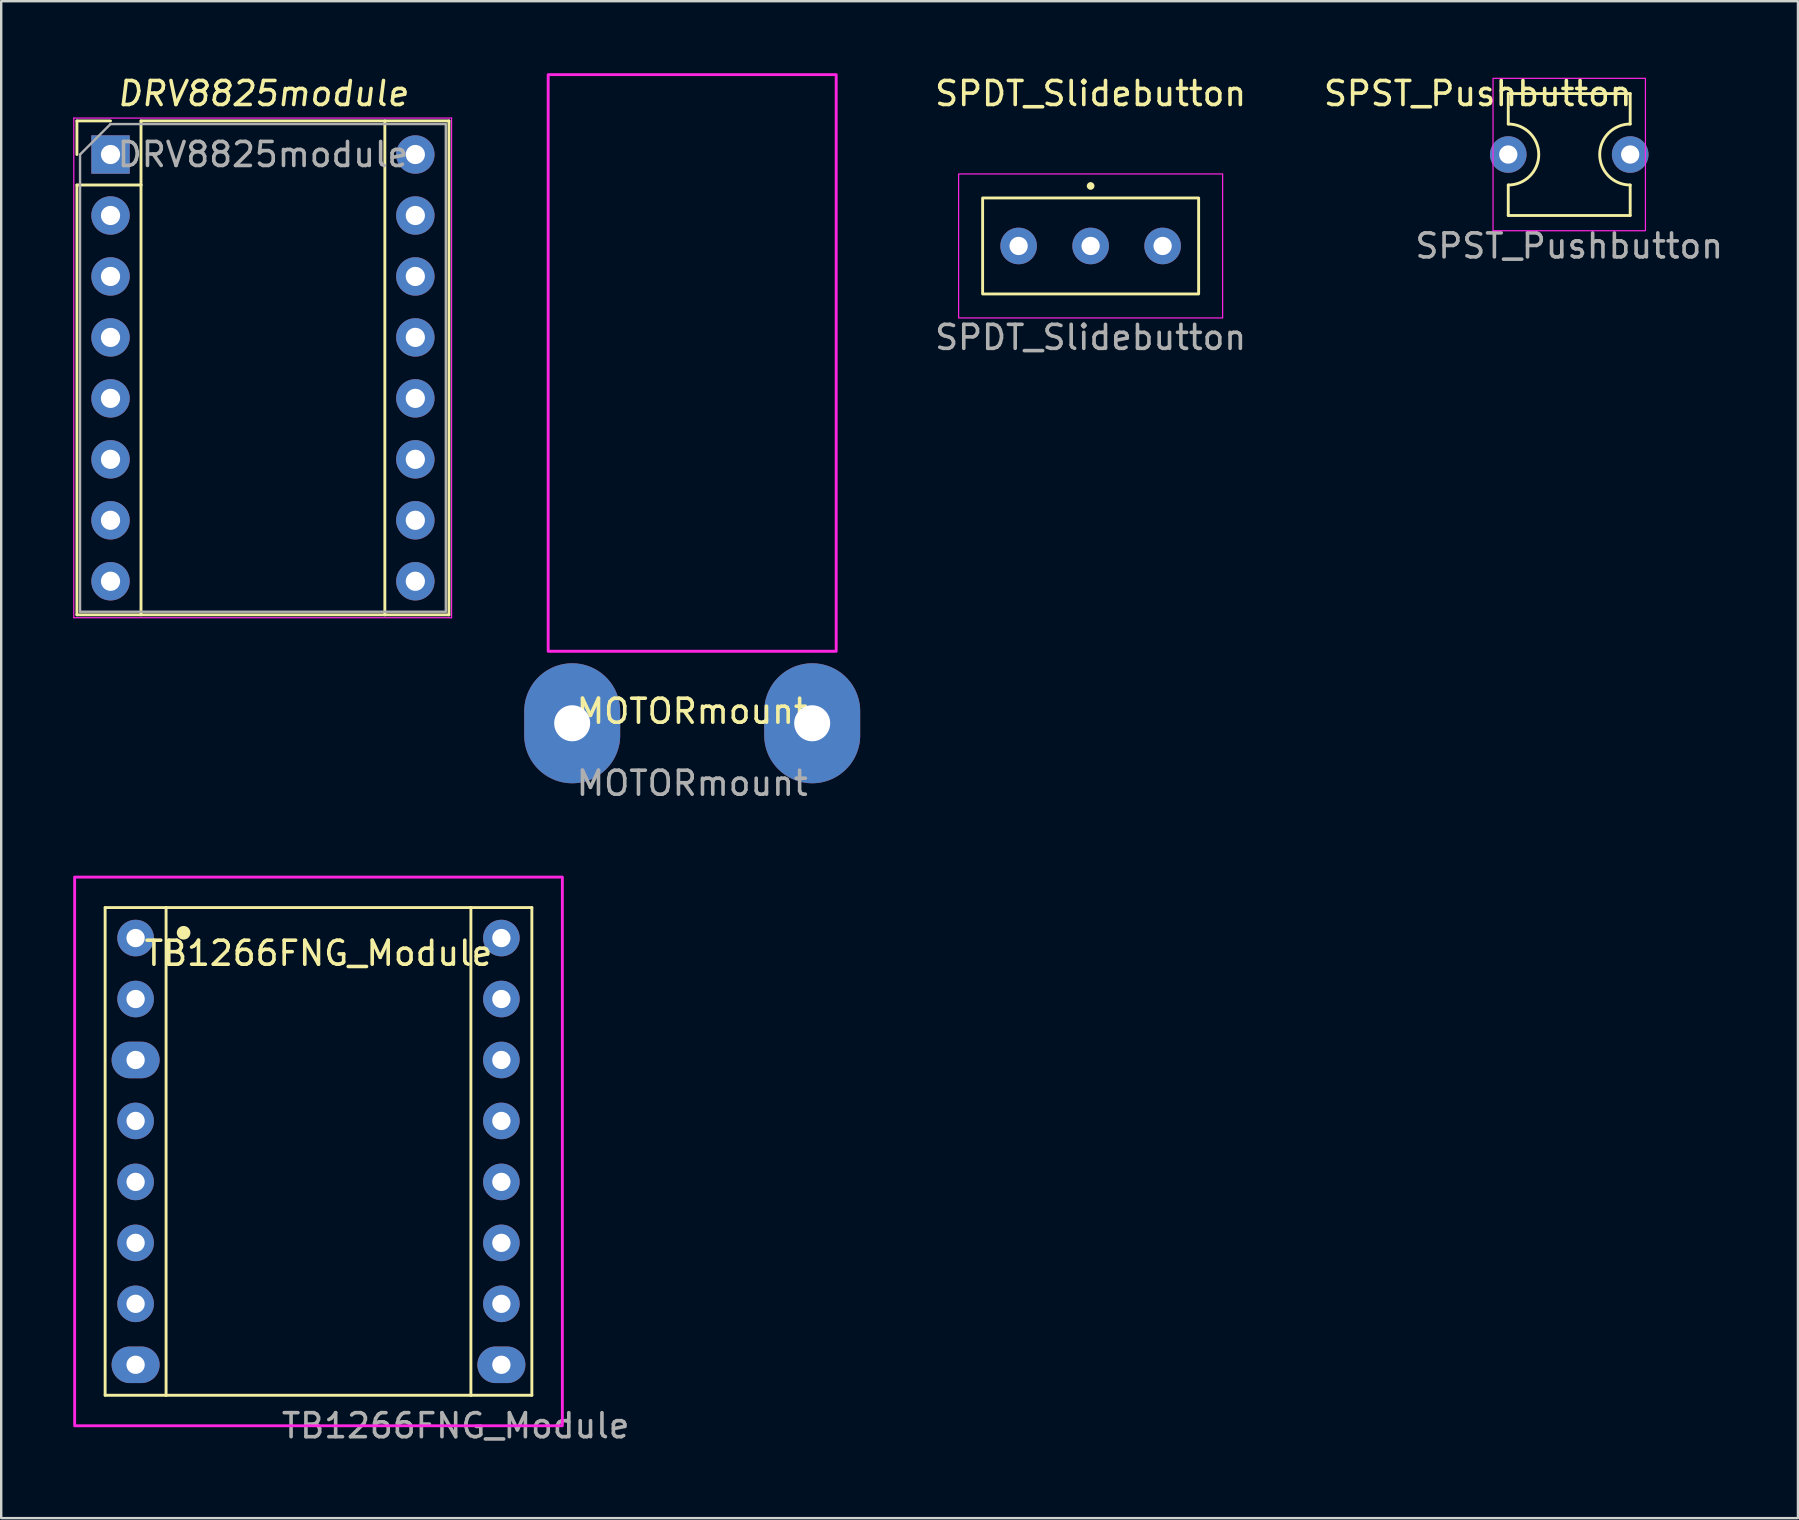
<source format=kicad_pcb>
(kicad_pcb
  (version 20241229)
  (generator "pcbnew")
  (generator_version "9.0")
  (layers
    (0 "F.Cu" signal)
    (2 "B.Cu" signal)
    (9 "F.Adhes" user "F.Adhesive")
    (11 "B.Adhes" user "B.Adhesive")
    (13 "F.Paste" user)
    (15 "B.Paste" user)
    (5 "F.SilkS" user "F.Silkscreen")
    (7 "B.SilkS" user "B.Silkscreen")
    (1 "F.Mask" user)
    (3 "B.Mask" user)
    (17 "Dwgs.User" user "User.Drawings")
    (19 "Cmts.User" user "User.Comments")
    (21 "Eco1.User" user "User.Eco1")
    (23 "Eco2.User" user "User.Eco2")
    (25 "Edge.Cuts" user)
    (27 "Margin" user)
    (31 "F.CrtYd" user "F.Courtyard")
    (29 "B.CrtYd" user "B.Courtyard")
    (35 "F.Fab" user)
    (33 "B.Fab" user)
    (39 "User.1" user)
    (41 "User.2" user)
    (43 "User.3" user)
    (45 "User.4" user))
  (footprint "DRV8825module"
    (layer "F.Cu")
    (at 1.555 3.388)
    (property "Reference" "DRV8825module" (at 6.35 -2.54 0) (layer "F.SilkS") (effects (font (size 1 1) (thickness 0.15) (italic yes))))
    (attr through_hole)
    (fp_line (start -1.4 -1.4) (end -1.4 0) (stroke (width 0.12) (type solid)) (layer "F.SilkS"))
    (fp_line (start -1.4 1.27) (end -1.4 19.18) (stroke (width 0.12) (type solid)) (layer "F.SilkS"))
    (fp_line (start -1.4 19.18) (end 14.1 19.18) (stroke (width 0.12) (type solid)) (layer "F.SilkS"))
    (fp_line (start 0 -1.4) (end -1.4 -1.4) (stroke (width 0.12) (type solid)) (layer "F.SilkS"))
    (fp_line (start 1.27 -1.4) (end 1.27 1.27) (stroke (width 0.12) (type solid)) (layer "F.SilkS"))
    (fp_line (start 1.27 1.27) (end -1.4 1.27) (stroke (width 0.12) (type solid)) (layer "F.SilkS"))
    (fp_line (start 1.27 1.27) (end 1.27 19.18) (stroke (width 0.12) (type solid)) (layer "F.SilkS"))
    (fp_line (start 11.43 -1.4) (end 11.43 19.18) (stroke (width 0.12) (type solid)) (layer "F.SilkS"))
    (fp_line (start 14.1 -1.4) (end 1.27 -1.4) (stroke (width 0.12) (type solid)) (layer "F.SilkS"))
    (fp_line (start 14.1 19.18) (end 14.1 -1.4) (stroke (width 0.12) (type solid)) (layer "F.SilkS"))
    (fp_line (start -1.53 -1.52) (end -1.53 19.3) (stroke (width 0.05) (type solid)) (layer "F.CrtYd"))
    (fp_line (start -1.53 -1.52) (end 14.21 -1.52) (stroke (width 0.05) (type solid)) (layer "F.CrtYd"))
    (fp_line (start 14.21 19.3) (end -1.53 19.3) (stroke (width 0.05) (type solid)) (layer "F.CrtYd"))
    (fp_line (start 14.21 19.3) (end 14.21 -1.52) (stroke (width 0.05) (type solid)) (layer "F.CrtYd"))
    (fp_line (start -1.27 0) (end 0 -1.27) (stroke (width 0.1) (type solid)) (layer "F.Fab"))
    (fp_line (start -1.27 19.05) (end -1.27 0) (stroke (width 0.1) (type solid)) (layer "F.Fab"))
    (fp_line (start 0 -1.27) (end 13.97 -1.27) (stroke (width 0.1) (type solid)) (layer "F.Fab"))
    (fp_line (start 13.97 -1.27) (end 13.97 19.05) (stroke (width 0.1) (type solid)) (layer "F.Fab"))
    (fp_line (start 13.97 19.05) (end -1.27 19.05) (stroke (width 0.1) (type solid)) (layer "F.Fab"))
    (fp_text user "${REFERENCE}" (at 6.35 0 0) (layer "F.Fab") (effects (font (size 1 1) (thickness 0.15))))
    (pad "1" thru_hole rect (at 0 0) (size 1.6 1.6) (drill 0.8) (layers "*.Cu" "*.Mask"))
    (pad "2" thru_hole oval (at 0 2.54) (size 1.6 1.6) (drill 0.8) (layers "*.Cu" "*.Mask"))
    (pad "3" thru_hole oval (at 0 5.08) (size 1.6 1.6) (drill 0.8) (layers "*.Cu" "*.Mask"))
    (pad "4" thru_hole oval (at 0 7.62) (size 1.6 1.6) (drill 0.8) (layers "*.Cu" "*.Mask"))
    (pad "5" thru_hole oval (at 0 10.16) (size 1.6 1.6) (drill 0.8) (layers "*.Cu" "*.Mask"))
    (pad "6" thru_hole oval (at 0 12.7) (size 1.6 1.6) (drill 0.8) (layers "*.Cu" "*.Mask"))
    (pad "7" thru_hole oval (at 0 15.24) (size 1.6 1.6) (drill 0.8) (layers "*.Cu" "*.Mask"))
    (pad "8" thru_hole oval (at 0 17.78) (size 1.6 1.6) (drill 0.8) (layers "*.Cu" "*.Mask"))
    (pad "9" thru_hole oval (at 12.7 17.78) (size 1.6 1.6) (drill 0.8) (layers "*.Cu" "*.Mask"))
    (pad "10" thru_hole oval (at 12.7 15.24) (size 1.6 1.6) (drill 0.8) (layers "*.Cu" "*.Mask"))
    (pad "11" thru_hole oval (at 12.7 12.7) (size 1.6 1.6) (drill 0.8) (layers "*.Cu" "*.Mask"))
    (pad "12" thru_hole oval (at 12.7 10.16) (size 1.6 1.6) (drill 0.8) (layers "*.Cu" "*.Mask"))
    (pad "13" thru_hole oval (at 12.7 7.62) (size 1.6 1.6) (drill 0.8) (layers "*.Cu" "*.Mask"))
    (pad "14" thru_hole oval (at 12.7 5.08) (size 1.6 1.6) (drill 0.8) (layers "*.Cu" "*.Mask"))
    (pad "15" thru_hole oval (at 12.7 2.54) (size 1.6 1.6) (drill 0.8) (layers "*.Cu" "*.Mask"))
    (pad "16" thru_hole oval (at 12.7 0) (size 1.6 1.6) (drill 0.8) (layers "*.Cu" "*.Mask")))
  (footprint "TB1266FNG_Module"
    (layer "F.Cu")
    (at 2.6 53.814)
    (property "Reference" "TB1266FNG_Module" (at 7.62 -17.145 0) (unlocked yes) (layer "F.SilkS") (effects (font (size 1 1) (thickness 0.15))))
    (attr through_hole)
    (fp_line (start -1.27 -19.05) (end 1.27 -19.05) (stroke (width 0.12) (type default)) (layer "F.SilkS"))
    (fp_line (start -1.27 1.27) (end -1.27 -19.05) (stroke (width 0.12) (type default)) (layer "F.SilkS"))
    (fp_line (start 1.27 -19.05) (end 1.27 1.27) (stroke (width 0.12) (type default)) (layer "F.SilkS"))
    (fp_line (start 1.27 -19.05) (end 13.97 -19.05) (stroke (width 0.12) (type default)) (layer "F.SilkS"))
    (fp_line (start 1.27 1.27) (end -1.27 1.27) (stroke (width 0.12) (type default)) (layer "F.SilkS"))
    (fp_line (start 13.97 -19.05) (end 16.51 -19.05) (stroke (width 0.12) (type default)) (layer "F.SilkS"))
    (fp_line (start 13.97 1.27) (end 1.27 1.27) (stroke (width 0.12) (type default)) (layer "F.SilkS"))
    (fp_line (start 13.97 1.27) (end 13.97 -19.05) (stroke (width 0.12) (type default)) (layer "F.SilkS"))
    (fp_line (start 16.51 -19.05) (end 16.51 1.27) (stroke (width 0.12) (type default)) (layer "F.SilkS"))
    (fp_line (start 16.51 1.27) (end 13.97 1.27) (stroke (width 0.12) (type default)) (layer "F.SilkS"))
    (fp_circle (center 2 -18) (end 2.224 -18) (stroke (width 0.12) (type solid)) (fill yes) (layer "F.SilkS"))
    (fp_rect (start 17.78 2.54) (end -2.54 -20.32) (stroke (width 0.12) (type default)) (fill no) (layer "F.CrtYd"))
    (fp_text user "${REFERENCE}" (at 13.335 2.54 0) (unlocked yes) (layer "F.Fab") (effects (font (size 1 1) (thickness 0.15))))
    (pad "1" thru_hole circle (at 0 -17.78 180) (size 1.524 1.524) (drill 0.762) (layers "*.Cu" "*.Mask"))
    (pad "2" thru_hole circle (at 0 -15.24 180) (size 1.524 1.524) (drill 0.762) (layers "*.Cu" "*.Mask"))
    (pad "3" thru_hole oval (at 0 -12.7 180) (size 2 1.524) (drill 0.762) (layers "*.Cu" "*.Mask"))
    (pad "4" thru_hole circle (at 0 -10.16 180) (size 1.524 1.524) (drill 0.762) (layers "*.Cu" "*.Mask"))
    (pad "5" thru_hole circle (at 0 -7.62 180) (size 1.524 1.524) (drill 0.762) (layers "*.Cu" "*.Mask"))
    (pad "6" thru_hole circle (at 0 -5.08 180) (size 1.524 1.524) (drill 0.762) (layers "*.Cu" "*.Mask"))
    (pad "7" thru_hole circle (at 0 -2.54 180) (size 1.524 1.524) (drill 0.762) (layers "*.Cu" "*.Mask"))
    (pad "8" thru_hole oval (at 0 0 180) (size 2 1.524) (drill 0.762) (layers "*.Cu" "*.Mask"))
    (pad "9" thru_hole circle (at 15.24 -17.78 180) (size 1.524 1.524) (drill 0.762) (layers "*.Cu" "*.Mask"))
    (pad "10" thru_hole circle (at 15.24 -15.24 180) (size 1.524 1.524) (drill 0.762) (layers "*.Cu" "*.Mask"))
    (pad "11" thru_hole circle (at 15.24 -12.7 180) (size 1.524 1.524) (drill 0.762) (layers "*.Cu" "*.Mask"))
    (pad "12" thru_hole circle (at 15.24 -10.16 180) (size 1.524 1.524) (drill 0.762) (layers "*.Cu" "*.Mask"))
    (pad "13" thru_hole circle (at 15.24 -7.62 180) (size 1.524 1.524) (drill 0.762) (layers "*.Cu" "*.Mask"))
    (pad "14" thru_hole circle (at 15.24 -5.08 180) (size 1.524 1.524) (drill 0.762) (layers "*.Cu" "*.Mask"))
    (pad "15" thru_hole circle (at 15.24 -2.54 180) (size 1.524 1.524) (drill 0.762) (layers "*.Cu" "*.Mask"))
    (pad "16" thru_hole oval (at 15.24 0 180) (size 2 1.524) (drill 0.762) (layers "*.Cu" "*.Mask")))
  (footprint "SPST_Pushbutton"
    (layer "F.Cu")
    (at 62.332 3.388)
    (property "Reference" "SPST_Pushbutton" (at -3.81 -2.54 0) (unlocked yes) (layer "F.SilkS") (effects (font (size 1 1) (thickness 0.15))))
    (attr through_hole)
    (fp_line (start -2.54 -2.54) (end -2.54 -1.27) (stroke (width 0.12) (type default)) (layer "F.SilkS"))
    (fp_line (start -2.54 -2.54) (end 2.54 -2.54) (stroke (width 0.12) (type default)) (layer "F.SilkS"))
    (fp_line (start -2.54 2.54) (end -2.54 1.27) (stroke (width 0.12) (type default)) (layer "F.SilkS"))
    (fp_line (start -2.54 2.54) (end 2.54 2.54) (stroke (width 0.12) (type default)) (layer "F.SilkS"))
    (fp_line (start 2.54 -2.54) (end 2.54 -1.27) (stroke (width 0.12) (type default)) (layer "F.SilkS"))
    (fp_line (start 2.54 2.54) (end 2.54 1.27) (stroke (width 0.12) (type default)) (layer "F.SilkS"))
    (fp_arc (start -2.54 -1.27) (mid -1.27 0) (end -2.54 1.27) (stroke (width 0.12) (type default)) (layer "F.SilkS"))
    (fp_arc (start 2.54 1.27) (mid 1.27 0) (end 2.54 -1.27) (stroke (width 0.12) (type default)) (layer "F.SilkS"))
    (fp_rect (start -3.175 -3.175) (end 3.175 3.175) (stroke (width 0.05) (type default)) (fill no) (layer "F.CrtYd"))
    (fp_text user "${REFERENCE}" (at 0 3.81 0) (unlocked yes) (layer "F.Fab") (effects (font (size 1 1) (thickness 0.15))))
    (pad "1" thru_hole circle (at 2.54 0) (size 1.524 1.524) (drill 0.762) (layers "*.Cu" "*.Mask"))
    (pad "2" thru_hole circle (at -2.54 0) (size 1.524 1.524) (drill 0.762) (layers "*.Cu" "*.Mask")))
  (footprint "SPDT_Slidebutton"
    (layer "F.Cu")
    (at 42.391 7.198)
    (property "Reference" "SPDT_Slidebutton" (at 0 -6.35 0) (unlocked yes) (layer "F.SilkS") (effects (font (size 1 1) (thickness 0.15))))
    (attr through_hole)
    (fp_rect (start -4.5 -2) (end 4.5 2) (stroke (width 0.12) (type default)) (fill no) (layer "F.SilkS"))
    (fp_circle (center 0 -2.5) (end 0.1 -2.5) (stroke (width 0.12) (type solid)) (fill yes) (layer "F.SilkS"))
    (fp_rect (start -5.5 -3) (end 5.5 3) (stroke (width 0.05) (type default)) (fill no) (layer "F.CrtYd"))
    (fp_text user "${REFERENCE}" (at 0 3.81 0) (unlocked yes) (layer "F.Fab") (effects (font (size 1 1) (thickness 0.15))))
    (pad "1" thru_hole circle (at 3 0) (size 1.524 1.524) (drill 0.762) (layers "*.Cu" "*.Mask"))
    (pad "2" thru_hole circle (at 0 0) (size 1.524 1.524) (drill 0.762) (layers "*.Cu" "*.Mask"))
    (pad "3" thru_hole circle (at -3 0) (size 1.524 1.524) (drill 0.762) (layers "*.Cu" "*.Mask")))
  (footprint "MOTORmount"
    (layer "F.Cu")
    (at 25.79 27.085)
    (property "Reference" "MOTORmount" (at 0 -0.5 0) (unlocked yes) (layer "F.SilkS") (effects (font (size 1 1) (thickness 0.15))))
    (attr through_hole)
    (fp_rect (start -6 -27.025) (end 6 -3) (stroke (width 0.12) (type default)) (fill no) (layer "F.CrtYd"))
    (fp_text user "${REFERENCE}" (at 0 2.5 0) (unlocked yes) (layer "F.Fab") (effects (font (size 1 1) (thickness 0.15))))
    (pad "1" thru_hole oval (at -5 0 90) (size 5 4) (drill 1.5) (layers "*.Cu" "*.Mask"))
    (pad "2" thru_hole oval (at 5 0 90) (size 5 4) (drill 1.5) (layers "*.Cu" "*.Mask")))
  (gr_rect
    (start -3 -3)
    (end 71.862 60.202)
    (stroke (width 0.1) (type default))
    (fill no)
    (layer "Edge.Cuts")))
</source>
